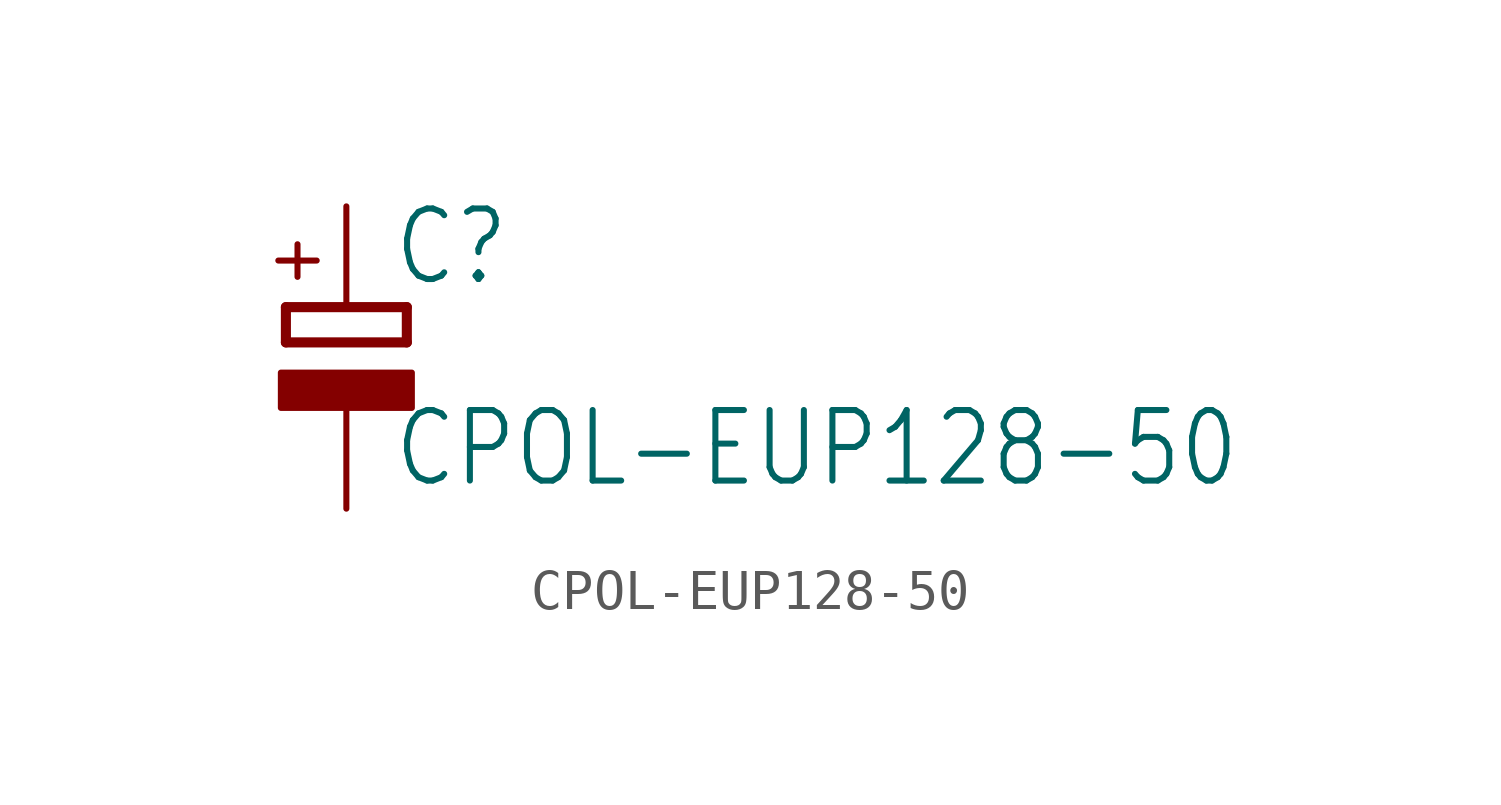
<source format=kicad_sym>
(kicad_symbol_lib
  (version 20211014)
  (generator kicad_symbol_editor)
  (symbol "CPOL-EUP128-50"
    (property "Reference" "C"
      (at 1.143 0.483 0)
      (effects (font (size 1.778 1.511)) (justify left bottom)))
    (property "Value" "CPOL-EUP128-50"
      (at 1.143 -4.597 0)
      (effects (font (size 1.778 1.511)) (justify left bottom)))
    (property "ki_locked" ""
      (at 0 0 0)
      (effects (font (size 1.27 1.27))))
    (symbol "CPOL-EUP128-50_1_0"
      (rectangle (start -1.651 -2.54) (end 1.651 -1.651) (stroke (width 0) (type default) (color 0 0 0 0)) (fill (type outline)))
      (polyline (pts (xy -1.524 -0.889) (xy 1.524 -0.889)) (stroke (width 0.254) (type default) (color 0 0 0 0)) (fill (type none)))
      (polyline (pts (xy -1.524 0) (xy -1.524 -0.889)) (stroke (width 0.254) (type default) (color 0 0 0 0)) (fill (type none)))
      (polyline (pts (xy -1.524 0) (xy 1.524 0)) (stroke (width 0.254) (type default) (color 0 0 0 0)) (fill (type none)))
      (polyline (pts (xy 1.524 -0.889) (xy 1.524 0)) (stroke (width 0.254) (type default) (color 0 0 0 0)) (fill (type none)))
      (text "+" (at -0.584 0.406 900) (effects (font (size 1.27 1.079)) (justify left bottom)))
      (pin passive line (at 0 2.54 270) (length 2.54) (name "+" (effects (font (size 0 0)))) (number "+" (effects (font (size 0 0)))))
      (pin passive line (at 0 -5.08 90) (length 2.54) (name "-" (effects (font (size 0 0)))) (number "-" (effects (font (size 0 0))))))))
</source>
